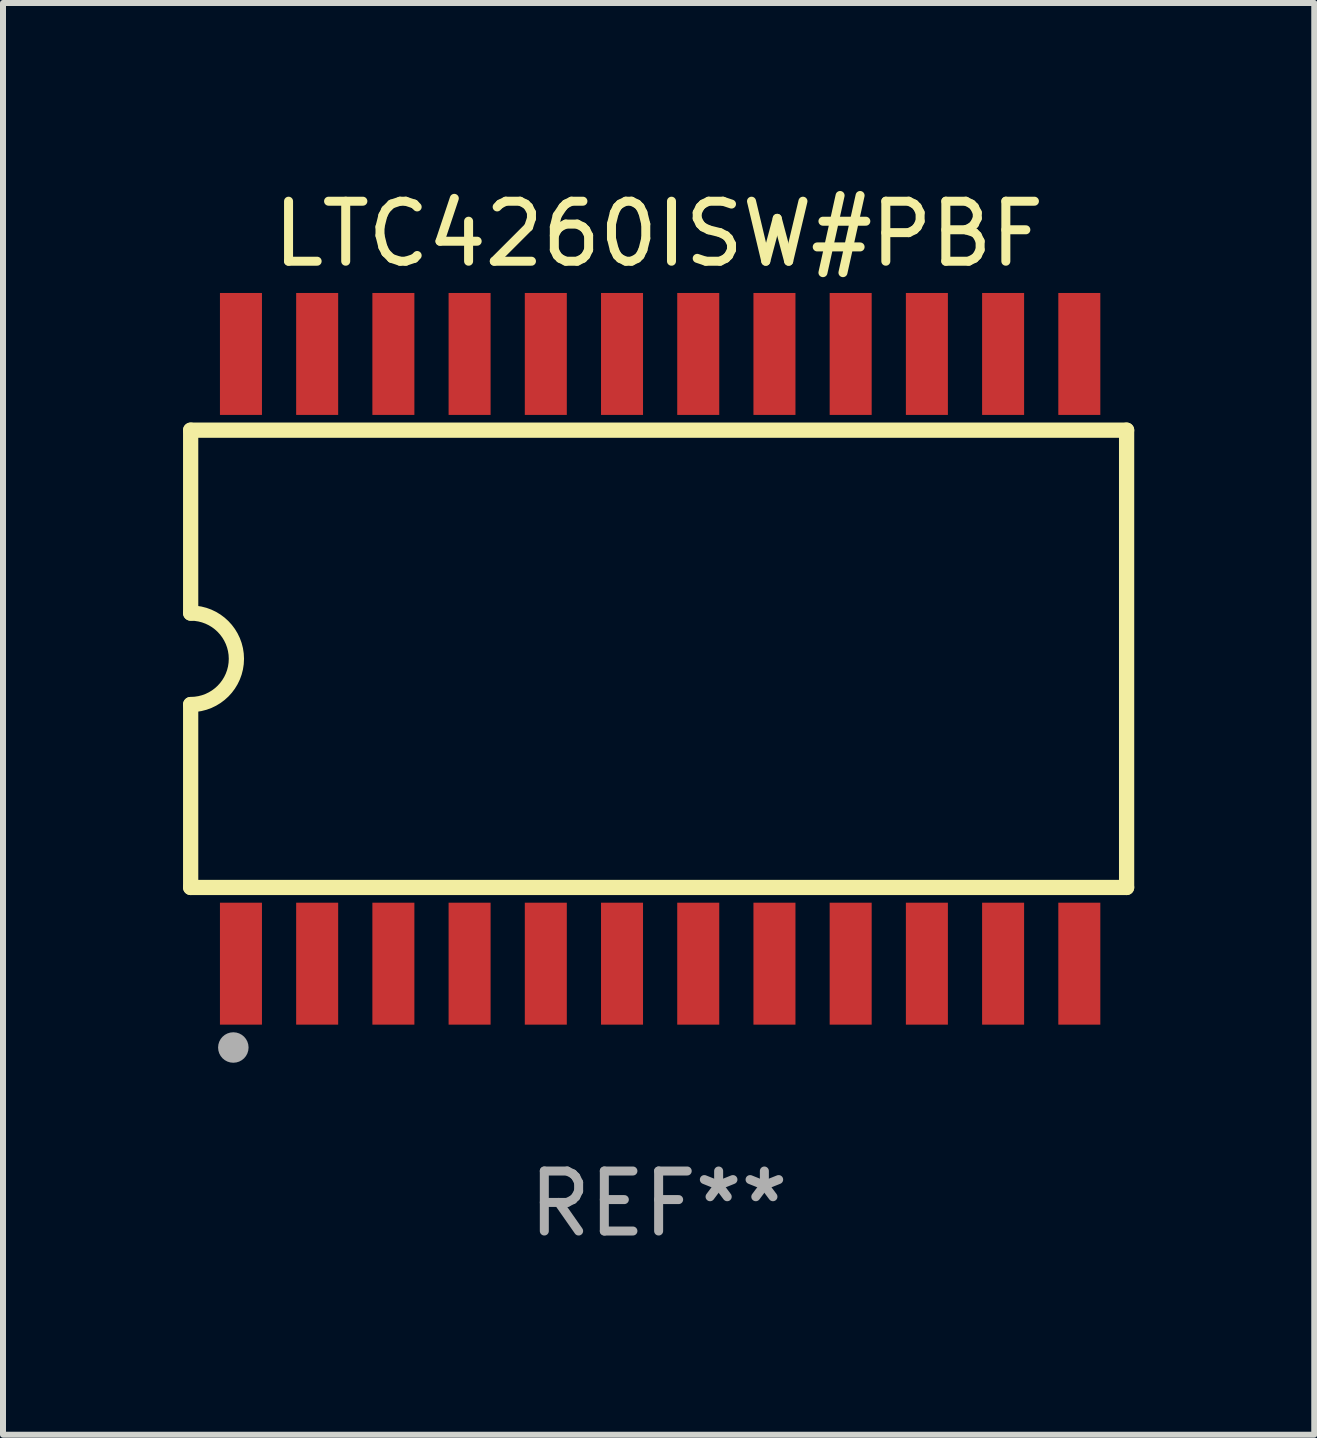
<source format=kicad_pcb>
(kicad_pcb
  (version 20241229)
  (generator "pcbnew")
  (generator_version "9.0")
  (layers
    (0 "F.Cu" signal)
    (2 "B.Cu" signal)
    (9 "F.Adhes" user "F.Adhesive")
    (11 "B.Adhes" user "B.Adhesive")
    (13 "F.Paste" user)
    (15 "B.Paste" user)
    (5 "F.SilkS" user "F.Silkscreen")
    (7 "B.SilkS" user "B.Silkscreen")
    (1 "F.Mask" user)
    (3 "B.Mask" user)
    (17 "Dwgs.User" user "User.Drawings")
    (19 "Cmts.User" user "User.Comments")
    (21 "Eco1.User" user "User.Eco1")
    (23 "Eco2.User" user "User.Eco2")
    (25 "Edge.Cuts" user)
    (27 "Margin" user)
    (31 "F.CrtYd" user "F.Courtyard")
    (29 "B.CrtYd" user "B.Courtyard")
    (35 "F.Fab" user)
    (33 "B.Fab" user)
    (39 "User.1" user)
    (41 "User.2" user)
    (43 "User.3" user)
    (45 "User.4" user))
  (footprint "LTC4260ISW#PBF"
    (layer "F.Cu")
    (at 7.925 7.928)
    (property "Reference" "LTC4260ISW#PBF" (at 0 -7.08 0) (layer "F.SilkS") (effects (font (size 1 1) (thickness 0.15))))
    (attr through_hole)
    (fp_line (start -7.798 -3.81) (end -7.798 -0.762) (stroke (width 0.254) (type solid)) (layer "F.SilkS"))
    (fp_line (start -7.798 3.81) (end -7.798 0.762) (stroke (width 0.254) (type solid)) (layer "F.SilkS"))
    (fp_line (start 7.798 -3.81) (end -7.798 -3.81) (stroke (width 0.254) (type solid)) (layer "F.SilkS"))
    (fp_line (start 7.798 3.81) (end -7.798 3.81) (stroke (width 0.254) (type solid)) (layer "F.SilkS"))
    (fp_line (start 7.798 3.81) (end 7.798 -3.81) (stroke (width 0.254) (type solid)) (layer "F.SilkS"))
    (fp_arc (start -7.797791 -0.762002) (mid -7.03579 -0.000001) (end -7.79779 0.762002) (stroke (width 0.254001) (type solid)) (layer "F.SilkS"))
    (fp_circle (center -7.825 3.75) (end -7.795 3.75) (stroke (width 0.06) (type solid)) (fill no) (layer "F.SilkS"))
    (fp_circle (center -7.087 6.477) (end -6.96 6.477) (stroke (width 0.254) (type solid)) (fill no) (layer "F.Fab"))
    (fp_text user "REF**" (at 0 9.08 0) (layer "F.Fab") (effects (font (size 1 1) (thickness 0.15))))
    (pad "1" smd rect (at -6.96 5.08 90) (size 2.032 0.7) (layers "F.Cu" "F.Mask" "F.Paste"))
    (pad "2" smd rect (at -5.69 5.08 90) (size 2.032 0.7) (layers "F.Cu" "F.Mask" "F.Paste"))
    (pad "3" smd rect (at -4.42 5.08 90) (size 2.032 0.7) (layers "F.Cu" "F.Mask" "F.Paste"))
    (pad "4" smd rect (at -3.15 5.08 90) (size 2.032 0.7) (layers "F.Cu" "F.Mask" "F.Paste"))
    (pad "5" smd rect (at -1.88 5.08 90) (size 2.032 0.7) (layers "F.Cu" "F.Mask" "F.Paste"))
    (pad "6" smd rect (at -0.61 5.08 90) (size 2.032 0.7) (layers "F.Cu" "F.Mask" "F.Paste"))
    (pad "7" smd rect (at 0.66 5.08 90) (size 2.032 0.7) (layers "F.Cu" "F.Mask" "F.Paste"))
    (pad "8" smd rect (at 1.93 5.08 90) (size 2.032 0.7) (layers "F.Cu" "F.Mask" "F.Paste"))
    (pad "9" smd rect (at 3.2 5.08 90) (size 2.032 0.7) (layers "F.Cu" "F.Mask" "F.Paste"))
    (pad "10" smd rect (at 4.47 5.08 90) (size 2.032 0.7) (layers "F.Cu" "F.Mask" "F.Paste"))
    (pad "11" smd rect (at 5.74 5.08 90) (size 2.032 0.7) (layers "F.Cu" "F.Mask" "F.Paste"))
    (pad "12" smd rect (at 7.01 5.08 90) (size 2.032 0.7) (layers "F.Cu" "F.Mask" "F.Paste"))
    (pad "13" smd rect (at 7.01 -5.08 90) (size 2.032 0.7) (layers "F.Cu" "F.Mask" "F.Paste"))
    (pad "14" smd rect (at 5.74 -5.08 90) (size 2.032 0.7) (layers "F.Cu" "F.Mask" "F.Paste"))
    (pad "15" smd rect (at 4.47 -5.08 90) (size 2.032 0.7) (layers "F.Cu" "F.Mask" "F.Paste"))
    (pad "16" smd rect (at 3.2 -5.08 90) (size 2.032 0.7) (layers "F.Cu" "F.Mask" "F.Paste"))
    (pad "17" smd rect (at 1.93 -5.08 90) (size 2.032 0.7) (layers "F.Cu" "F.Mask" "F.Paste"))
    (pad "18" smd rect (at 0.66 -5.08 90) (size 2.032 0.7) (layers "F.Cu" "F.Mask" "F.Paste"))
    (pad "19" smd rect (at -0.61 -5.08 90) (size 2.032 0.7) (layers "F.Cu" "F.Mask" "F.Paste"))
    (pad "20" smd rect (at -1.88 -5.08 90) (size 2.032 0.7) (layers "F.Cu" "F.Mask" "F.Paste"))
    (pad "21" smd rect (at -3.15 -5.08 90) (size 2.032 0.7) (layers "F.Cu" "F.Mask" "F.Paste"))
    (pad "22" smd rect (at -4.42 -5.08 90) (size 2.032 0.7) (layers "F.Cu" "F.Mask" "F.Paste"))
    (pad "23" smd rect (at -5.69 -5.08 90) (size 2.032 0.7) (layers "F.Cu" "F.Mask" "F.Paste"))
    (pad "24" smd rect (at -6.96 -5.08 90) (size 2.032 0.7) (layers "F.Cu" "F.Mask" "F.Paste")))
  (gr_rect
    (start -3 -3)
    (end 18.85 20.857)
    (stroke (width 0.1) (type default))
    (fill no)
    (layer "Edge.Cuts")))
</source>
